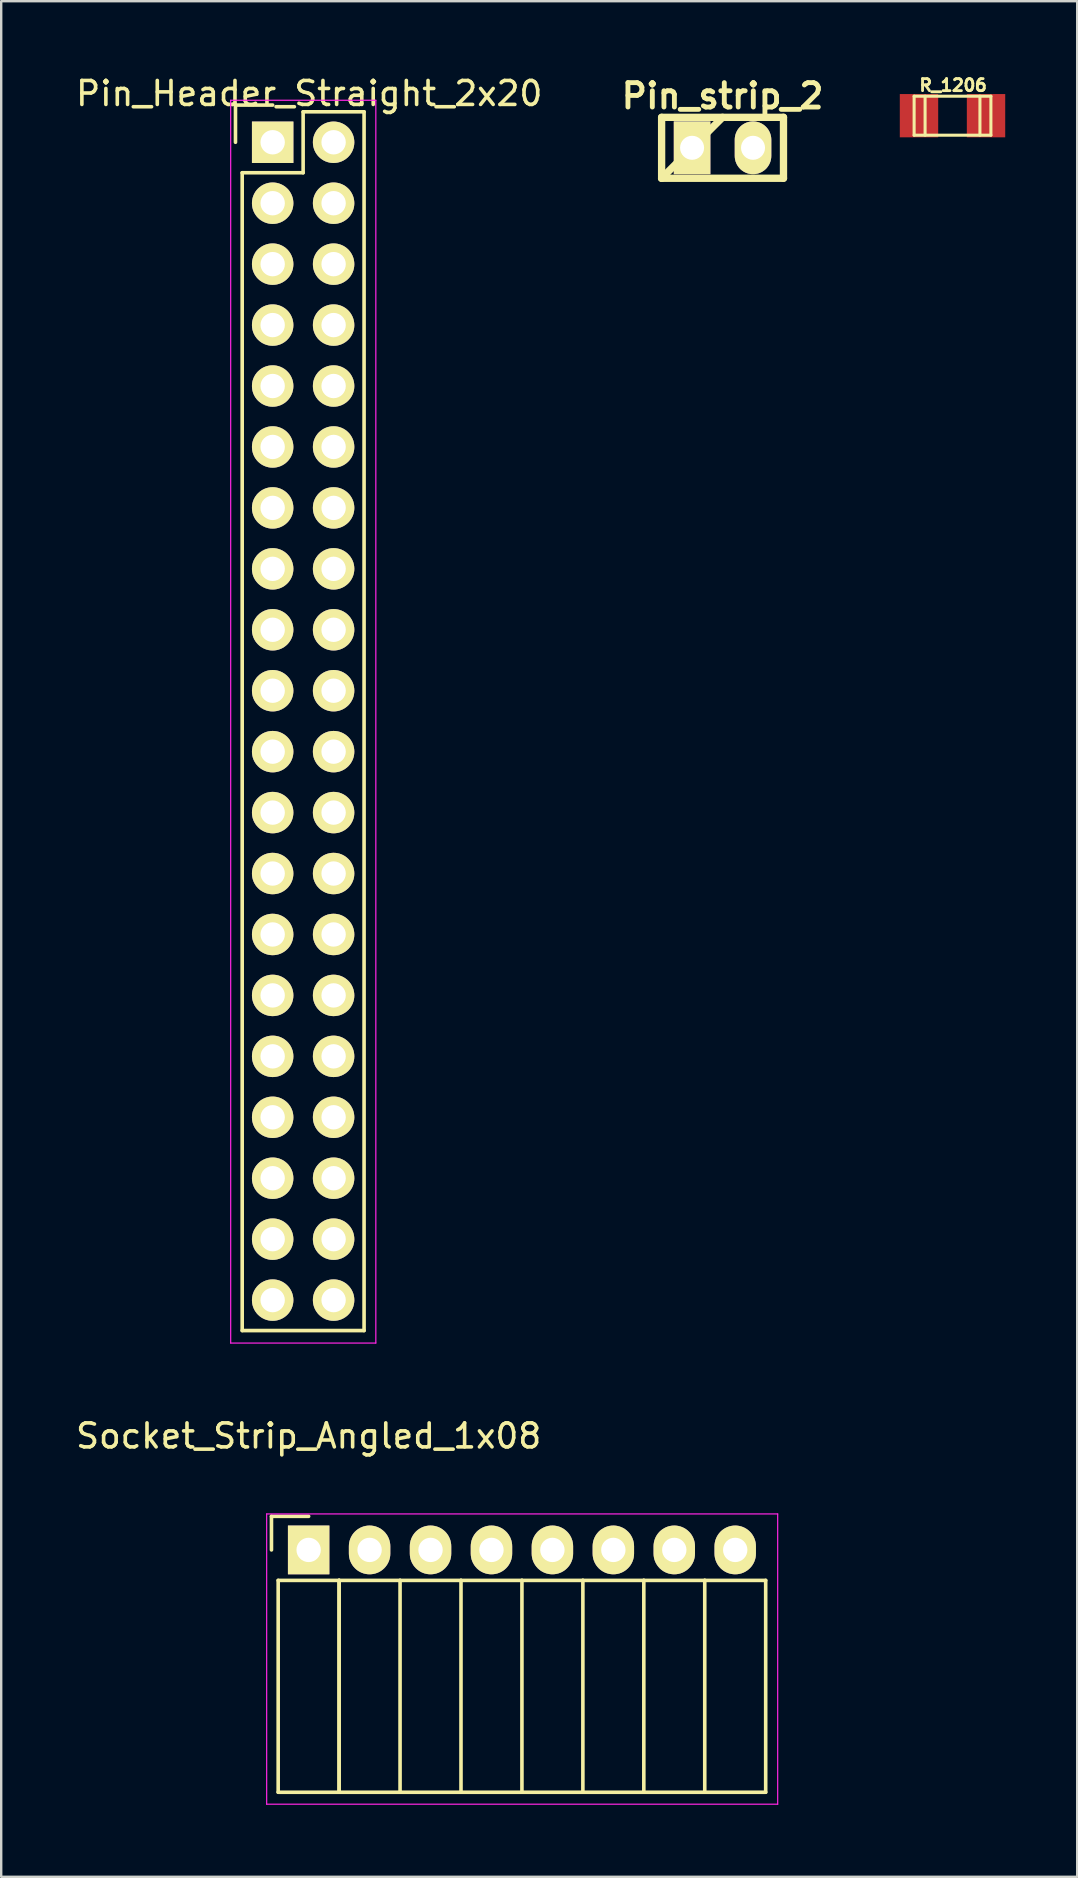
<source format=kicad_pcb>
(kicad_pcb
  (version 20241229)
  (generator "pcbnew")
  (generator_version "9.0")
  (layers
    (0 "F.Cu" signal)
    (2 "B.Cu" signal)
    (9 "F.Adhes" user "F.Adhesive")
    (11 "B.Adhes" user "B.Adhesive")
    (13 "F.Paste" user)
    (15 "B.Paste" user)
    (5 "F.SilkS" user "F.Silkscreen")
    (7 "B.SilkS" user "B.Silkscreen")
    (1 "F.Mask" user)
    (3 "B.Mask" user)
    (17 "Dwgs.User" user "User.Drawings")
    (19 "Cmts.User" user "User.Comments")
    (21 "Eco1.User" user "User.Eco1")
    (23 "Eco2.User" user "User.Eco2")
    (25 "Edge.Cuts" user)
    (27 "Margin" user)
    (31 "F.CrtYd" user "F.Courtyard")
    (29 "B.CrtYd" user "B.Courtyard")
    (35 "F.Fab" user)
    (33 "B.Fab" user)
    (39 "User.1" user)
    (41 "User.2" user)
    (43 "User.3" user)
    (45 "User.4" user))
  (footprint "Pin_Header_Straight_2x20"
    (layer "F.Cu")
    (at 8.315 2.88)
    (property "Reference" "Pin_Header_Straight_2x20" (at 1.524 -2.032 0) (layer "F.SilkS") (effects (font (size 1 1) (thickness 0.15))))
    (attr through_hole)
    (fp_line (start -1.55 -1.55) (end -1.55 0) (stroke (width 0.15) (type solid)) (layer "F.SilkS"))
    (fp_line (start -1.27 1.27) (end -1.27 49.53) (stroke (width 0.15) (type solid)) (layer "F.SilkS"))
    (fp_line (start 0 -1.55) (end -1.55 -1.55) (stroke (width 0.15) (type solid)) (layer "F.SilkS"))
    (fp_line (start 1.27 -1.27) (end 1.27 1.27) (stroke (width 0.15) (type solid)) (layer "F.SilkS"))
    (fp_line (start 1.27 1.27) (end -1.27 1.27) (stroke (width 0.15) (type solid)) (layer "F.SilkS"))
    (fp_line (start 3.81 -1.27) (end 1.27 -1.27) (stroke (width 0.15) (type solid)) (layer "F.SilkS"))
    (fp_line (start 3.81 49.53) (end -1.27 49.53) (stroke (width 0.15) (type solid)) (layer "F.SilkS"))
    (fp_line (start 3.81 49.53) (end 3.81 -1.27) (stroke (width 0.15) (type solid)) (layer "F.SilkS"))
    (fp_line (start -1.75 -1.75) (end -1.75 50.05) (stroke (width 0.05) (type solid)) (layer "F.CrtYd"))
    (fp_line (start -1.75 -1.75) (end 4.3 -1.75) (stroke (width 0.05) (type solid)) (layer "F.CrtYd"))
    (fp_line (start -1.75 50.05) (end 4.3 50.05) (stroke (width 0.05) (type solid)) (layer "F.CrtYd"))
    (fp_line (start 4.3 -1.75) (end 4.3 50.05) (stroke (width 0.05) (type solid)) (layer "F.CrtYd"))
    (pad "1" thru_hole rect (at 0 0) (size 1.727 1.727) (drill 1.016) (layers "*.Cu" "*.Mask" "F.SilkS"))
    (pad "2" thru_hole oval (at 2.54 0) (size 1.727 1.727) (drill 1.016) (layers "*.Cu" "*.Mask" "F.SilkS"))
    (pad "3" thru_hole oval (at 0 2.54) (size 1.727 1.727) (drill 1.016) (layers "*.Cu" "*.Mask" "F.SilkS"))
    (pad "4" thru_hole oval (at 2.54 2.54) (size 1.727 1.727) (drill 1.016) (layers "*.Cu" "*.Mask" "F.SilkS"))
    (pad "5" thru_hole oval (at 0 5.08) (size 1.727 1.727) (drill 1.016) (layers "*.Cu" "*.Mask" "F.SilkS"))
    (pad "6" thru_hole oval (at 2.54 5.08) (size 1.727 1.727) (drill 1.016) (layers "*.Cu" "*.Mask" "F.SilkS"))
    (pad "7" thru_hole oval (at 0 7.62) (size 1.727 1.727) (drill 1.016) (layers "*.Cu" "*.Mask" "F.SilkS"))
    (pad "8" thru_hole oval (at 2.54 7.62) (size 1.727 1.727) (drill 1.016) (layers "*.Cu" "*.Mask" "F.SilkS"))
    (pad "9" thru_hole oval (at 0 10.16) (size 1.727 1.727) (drill 1.016) (layers "*.Cu" "*.Mask" "F.SilkS"))
    (pad "10" thru_hole oval (at 2.54 10.16) (size 1.727 1.727) (drill 1.016) (layers "*.Cu" "*.Mask" "F.SilkS"))
    (pad "11" thru_hole oval (at 0 12.7) (size 1.727 1.727) (drill 1.016) (layers "*.Cu" "*.Mask" "F.SilkS"))
    (pad "12" thru_hole oval (at 2.54 12.7) (size 1.727 1.727) (drill 1.016) (layers "*.Cu" "*.Mask" "F.SilkS"))
    (pad "13" thru_hole oval (at 0 15.24) (size 1.727 1.727) (drill 1.016) (layers "*.Cu" "*.Mask" "F.SilkS"))
    (pad "14" thru_hole oval (at 2.54 15.24) (size 1.727 1.727) (drill 1.016) (layers "*.Cu" "*.Mask" "F.SilkS"))
    (pad "15" thru_hole oval (at 0 17.78) (size 1.727 1.727) (drill 1.016) (layers "*.Cu" "*.Mask" "F.SilkS"))
    (pad "16" thru_hole oval (at 2.54 17.78) (size 1.727 1.727) (drill 1.016) (layers "*.Cu" "*.Mask" "F.SilkS"))
    (pad "17" thru_hole oval (at 0 20.32) (size 1.727 1.727) (drill 1.016) (layers "*.Cu" "*.Mask" "F.SilkS"))
    (pad "18" thru_hole oval (at 2.54 20.32) (size 1.727 1.727) (drill 1.016) (layers "*.Cu" "*.Mask" "F.SilkS"))
    (pad "19" thru_hole oval (at 0 22.86) (size 1.727 1.727) (drill 1.016) (layers "*.Cu" "*.Mask" "F.SilkS"))
    (pad "20" thru_hole oval (at 2.54 22.86) (size 1.727 1.727) (drill 1.016) (layers "*.Cu" "*.Mask" "F.SilkS"))
    (pad "21" thru_hole oval (at 0 25.4) (size 1.727 1.727) (drill 1.016) (layers "*.Cu" "*.Mask" "F.SilkS"))
    (pad "22" thru_hole oval (at 2.54 25.4) (size 1.727 1.727) (drill 1.016) (layers "*.Cu" "*.Mask" "F.SilkS"))
    (pad "23" thru_hole oval (at 0 27.94) (size 1.727 1.727) (drill 1.016) (layers "*.Cu" "*.Mask" "F.SilkS"))
    (pad "24" thru_hole oval (at 2.54 27.94) (size 1.727 1.727) (drill 1.016) (layers "*.Cu" "*.Mask" "F.SilkS"))
    (pad "25" thru_hole oval (at 0 30.48) (size 1.727 1.727) (drill 1.016) (layers "*.Cu" "*.Mask" "F.SilkS"))
    (pad "26" thru_hole oval (at 2.54 30.48) (size 1.727 1.727) (drill 1.016) (layers "*.Cu" "*.Mask" "F.SilkS"))
    (pad "27" thru_hole oval (at 0 33.02) (size 1.727 1.727) (drill 1.016) (layers "*.Cu" "*.Mask" "F.SilkS"))
    (pad "28" thru_hole oval (at 2.54 33.02) (size 1.727 1.727) (drill 1.016) (layers "*.Cu" "*.Mask" "F.SilkS"))
    (pad "29" thru_hole oval (at 0 35.56) (size 1.727 1.727) (drill 1.016) (layers "*.Cu" "*.Mask" "F.SilkS"))
    (pad "30" thru_hole oval (at 2.54 35.56) (size 1.727 1.727) (drill 1.016) (layers "*.Cu" "*.Mask" "F.SilkS"))
    (pad "31" thru_hole oval (at 0 38.1) (size 1.727 1.727) (drill 1.016) (layers "*.Cu" "*.Mask" "F.SilkS"))
    (pad "32" thru_hole oval (at 2.54 38.1) (size 1.727 1.727) (drill 1.016) (layers "*.Cu" "*.Mask" "F.SilkS"))
    (pad "33" thru_hole oval (at 0 40.64) (size 1.727 1.727) (drill 1.016) (layers "*.Cu" "*.Mask" "F.SilkS"))
    (pad "34" thru_hole oval (at 2.54 40.64) (size 1.727 1.727) (drill 1.016) (layers "*.Cu" "*.Mask" "F.SilkS"))
    (pad "35" thru_hole oval (at 0 43.18) (size 1.727 1.727) (drill 1.016) (layers "*.Cu" "*.Mask" "F.SilkS"))
    (pad "36" thru_hole oval (at 2.54 43.18) (size 1.727 1.727) (drill 1.016) (layers "*.Cu" "*.Mask" "F.SilkS"))
    (pad "37" thru_hole oval (at 0 45.72) (size 1.727 1.727) (drill 1.016) (layers "*.Cu" "*.Mask" "F.SilkS"))
    (pad "38" thru_hole oval (at 2.54 45.72) (size 1.727 1.727) (drill 1.016) (layers "*.Cu" "*.Mask" "F.SilkS"))
    (pad "39" thru_hole oval (at 0 48.26) (size 1.727 1.727) (drill 1.016) (layers "*.Cu" "*.Mask" "F.SilkS"))
    (pad "40" thru_hole oval (at 2.54 48.26) (size 1.727 1.727) (drill 1.016) (layers "*.Cu" "*.Mask" "F.SilkS")))
  (footprint "Socket_Strip_Angled_1x08"
    (layer "F.Cu")
    (at 9.815 61.553)
    (property "Reference" "Socket_Strip_Angled_1x08" (at 0 -4.75 0) (layer "F.SilkS") (effects (font (size 1 1) (thickness 0.15))))
    (attr through_hole)
    (fp_line (start -1.55 -1.4) (end -1.55 0) (stroke (width 0.15) (type solid)) (layer "F.SilkS"))
    (fp_line (start -1.27 1.27) (end -1.27 10.1) (stroke (width 0.15) (type solid)) (layer "F.SilkS"))
    (fp_line (start -1.27 1.27) (end 1.27 1.27) (stroke (width 0.15) (type solid)) (layer "F.SilkS"))
    (fp_line (start -1.27 10.1) (end 1.27 10.1) (stroke (width 0.15) (type solid)) (layer "F.SilkS"))
    (fp_line (start 0 -1.4) (end -1.55 -1.4) (stroke (width 0.15) (type solid)) (layer "F.SilkS"))
    (fp_line (start 1.27 1.27) (end 1.27 10.1) (stroke (width 0.15) (type solid)) (layer "F.SilkS"))
    (fp_line (start 1.27 1.27) (end 3.81 1.27) (stroke (width 0.15) (type solid)) (layer "F.SilkS"))
    (fp_line (start 1.27 10.1) (end 1.27 1.27) (stroke (width 0.15) (type solid)) (layer "F.SilkS"))
    (fp_line (start 1.27 10.1) (end 3.81 10.1) (stroke (width 0.15) (type solid)) (layer "F.SilkS"))
    (fp_line (start 3.81 1.27) (end 6.35 1.27) (stroke (width 0.15) (type solid)) (layer "F.SilkS"))
    (fp_line (start 3.81 10.1) (end 3.81 1.27) (stroke (width 0.15) (type solid)) (layer "F.SilkS"))
    (fp_line (start 3.81 10.1) (end 6.35 10.1) (stroke (width 0.15) (type solid)) (layer "F.SilkS"))
    (fp_line (start 6.35 1.27) (end 8.89 1.27) (stroke (width 0.15) (type solid)) (layer "F.SilkS"))
    (fp_line (start 6.35 10.1) (end 6.35 1.27) (stroke (width 0.15) (type solid)) (layer "F.SilkS"))
    (fp_line (start 6.35 10.1) (end 8.89 10.1) (stroke (width 0.15) (type solid)) (layer "F.SilkS"))
    (fp_line (start 8.89 1.27) (end 11.43 1.27) (stroke (width 0.15) (type solid)) (layer "F.SilkS"))
    (fp_line (start 8.89 10.1) (end 8.89 1.27) (stroke (width 0.15) (type solid)) (layer "F.SilkS"))
    (fp_line (start 8.89 10.1) (end 11.43 10.1) (stroke (width 0.15) (type solid)) (layer "F.SilkS"))
    (fp_line (start 11.43 1.27) (end 13.97 1.27) (stroke (width 0.15) (type solid)) (layer "F.SilkS"))
    (fp_line (start 11.43 10.1) (end 11.43 1.27) (stroke (width 0.15) (type solid)) (layer "F.SilkS"))
    (fp_line (start 11.43 10.1) (end 13.97 10.1) (stroke (width 0.15) (type solid)) (layer "F.SilkS"))
    (fp_line (start 13.97 1.27) (end 16.51 1.27) (stroke (width 0.15) (type solid)) (layer "F.SilkS"))
    (fp_line (start 13.97 10.1) (end 13.97 1.27) (stroke (width 0.15) (type solid)) (layer "F.SilkS"))
    (fp_line (start 13.97 10.1) (end 16.51 10.1) (stroke (width 0.15) (type solid)) (layer "F.SilkS"))
    (fp_line (start 16.51 1.27) (end 19.05 1.27) (stroke (width 0.15) (type solid)) (layer "F.SilkS"))
    (fp_line (start 16.51 10.1) (end 16.51 1.27) (stroke (width 0.15) (type solid)) (layer "F.SilkS"))
    (fp_line (start 16.51 10.1) (end 19.05 10.1) (stroke (width 0.15) (type solid)) (layer "F.SilkS"))
    (fp_line (start 19.05 10.1) (end 19.05 1.27) (stroke (width 0.15) (type solid)) (layer "F.SilkS"))
    (fp_line (start -1.75 -1.5) (end -1.75 10.6) (stroke (width 0.05) (type solid)) (layer "F.CrtYd"))
    (fp_line (start -1.75 -1.5) (end 19.55 -1.5) (stroke (width 0.05) (type solid)) (layer "F.CrtYd"))
    (fp_line (start -1.75 10.6) (end 19.55 10.6) (stroke (width 0.05) (type solid)) (layer "F.CrtYd"))
    (fp_line (start 19.55 -1.5) (end 19.55 10.6) (stroke (width 0.05) (type solid)) (layer "F.CrtYd"))
    (pad "1" thru_hole rect (at 0 0) (size 1.727 2.032) (drill 1.016) (layers "*.Cu" "*.Mask" "F.SilkS"))
    (pad "2" thru_hole oval (at 2.54 0) (size 1.727 2.032) (drill 1.016) (layers "*.Cu" "*.Mask" "F.SilkS"))
    (pad "3" thru_hole oval (at 5.08 0) (size 1.727 2.032) (drill 1.016) (layers "*.Cu" "*.Mask" "F.SilkS"))
    (pad "4" thru_hole oval (at 7.62 0) (size 1.727 2.032) (drill 1.016) (layers "*.Cu" "*.Mask" "F.SilkS"))
    (pad "5" thru_hole oval (at 10.16 0) (size 1.727 2.032) (drill 1.016) (layers "*.Cu" "*.Mask" "F.SilkS"))
    (pad "6" thru_hole oval (at 12.7 0) (size 1.727 2.032) (drill 1.016) (layers "*.Cu" "*.Mask" "F.SilkS"))
    (pad "7" thru_hole oval (at 15.24 0) (size 1.727 2.032) (drill 1.016) (layers "*.Cu" "*.Mask" "F.SilkS"))
    (pad "8" thru_hole oval (at 17.78 0) (size 1.727 2.032) (drill 1.016) (layers "*.Cu" "*.Mask" "F.SilkS")))
  (footprint "Pin_strip_2"
    (layer "F.Cu")
    (at 27.067 3.11)
    (property "Reference" "Pin_strip_2" (at 0 -2.159 0) (layer "F.SilkS") (effects (font (size 1.016 1.016) (thickness 0.203))))
    (attr through_hole)
    (fp_line (start -2.54 -1.27) (end 2.54 -1.27) (stroke (width 0.305) (type solid)) (layer "F.SilkS"))
    (fp_line (start -2.54 1.27) (end -2.54 -1.27) (stroke (width 0.305) (type solid)) (layer "F.SilkS"))
    (fp_line (start -2.54 1.27) (end 0 -1.27) (stroke (width 0.305) (type solid)) (layer "F.SilkS"))
    (fp_line (start 2.54 -1.27) (end 2.54 1.27) (stroke (width 0.305) (type solid)) (layer "F.SilkS"))
    (fp_line (start 2.54 1.27) (end -2.54 1.27) (stroke (width 0.305) (type solid)) (layer "F.SilkS"))
    (pad "1" thru_hole rect (at -1.27 0) (size 1.524 2.2) (drill 1.001) (layers "*.Cu" "*.Mask" "F.SilkS"))
    (pad "2" thru_hole oval (at 1.27 0) (size 1.524 2.2) (drill 1.001) (layers "*.Cu" "*.Mask" "F.SilkS")))
  (footprint "R_1206"
    (layer "F.Cu")
    (at 36.652 1.772)
    (property "Reference" "R_1206" (at 0.025 -1.27 0) (layer "F.SilkS") (effects (font (size 0.5 0.5) (thickness 0.119))))
    (attr through_hole)
    (fp_line (start -1.6 -0.813) (end -1.6 0.813) (stroke (width 0.127) (type solid)) (layer "F.SilkS"))
    (fp_line (start -1.6 0.813) (end 1.6 0.813) (stroke (width 0.127) (type solid)) (layer "F.SilkS"))
    (fp_line (start -1.143 -0.813) (end -1.143 0.813) (stroke (width 0.127) (type solid)) (layer "F.SilkS"))
    (fp_line (start 1.143 0.813) (end 1.143 -0.813) (stroke (width 0.127) (type solid)) (layer "F.SilkS"))
    (fp_line (start 1.6 -0.813) (end -1.6 -0.813) (stroke (width 0.127) (type solid)) (layer "F.SilkS"))
    (fp_line (start 1.6 0.813) (end 1.6 -0.813) (stroke (width 0.127) (type solid)) (layer "F.SilkS"))
    (pad "1" smd rect (at 1.397 0) (size 1.6 1.803) (layers "F.Cu" "F.Mask" "F.Paste"))
    (pad "2" smd rect (at -1.397 0) (size 1.6 1.803) (layers "F.Cu" "F.Mask" "F.Paste")))
  (gr_rect
    (start -3 -3)
    (end 41.849 75.178)
    (stroke (width 0.1) (type default))
    (fill no)
    (layer "Edge.Cuts")))
</source>
